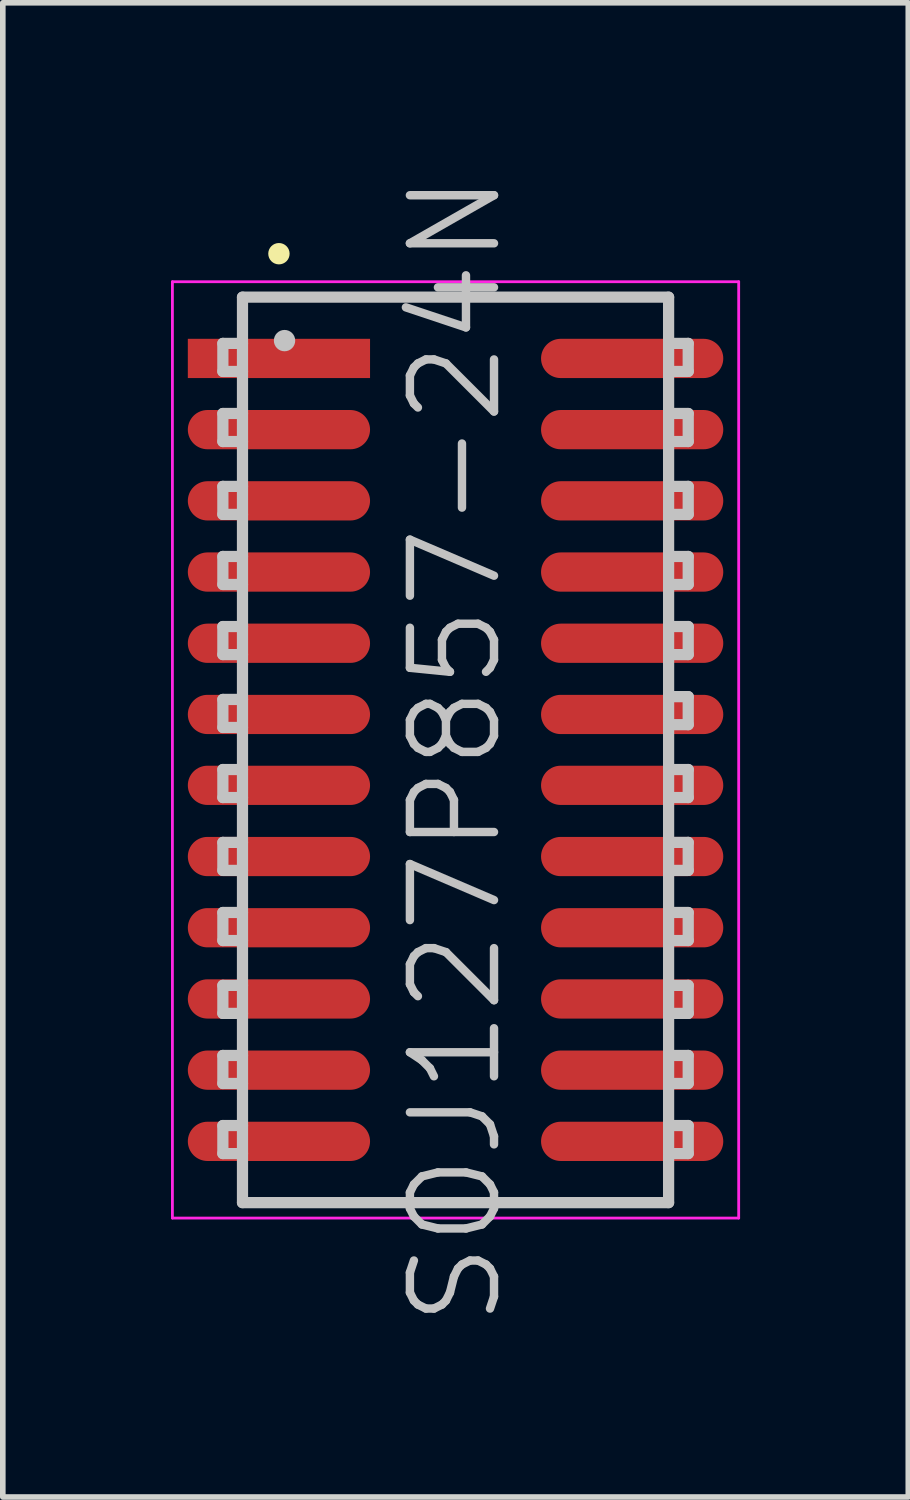
<source format=kicad_pcb>
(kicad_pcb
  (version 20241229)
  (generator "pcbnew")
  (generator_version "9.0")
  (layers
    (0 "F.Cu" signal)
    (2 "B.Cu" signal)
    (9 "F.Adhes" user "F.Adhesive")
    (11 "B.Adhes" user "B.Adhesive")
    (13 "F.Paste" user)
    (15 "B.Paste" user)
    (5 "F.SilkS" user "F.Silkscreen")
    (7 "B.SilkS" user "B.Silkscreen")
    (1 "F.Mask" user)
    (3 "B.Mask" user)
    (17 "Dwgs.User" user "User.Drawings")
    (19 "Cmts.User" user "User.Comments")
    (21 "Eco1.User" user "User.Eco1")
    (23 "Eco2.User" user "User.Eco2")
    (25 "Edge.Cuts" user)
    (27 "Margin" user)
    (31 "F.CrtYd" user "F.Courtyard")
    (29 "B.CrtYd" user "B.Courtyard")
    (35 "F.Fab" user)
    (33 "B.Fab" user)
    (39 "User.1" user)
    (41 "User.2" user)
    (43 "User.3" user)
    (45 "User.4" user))
  (footprint "SOJ127P857-24N"
    (layer "F.Cu")
    (at 5.075 10.325)
    (property "Reference" "SOJ127P857-24N" (at 0 0 90) (layer "Dwgs.User") (effects (font (size 1.5 1.5) (thickness 0.15))))
    (attr smd)
    (fp_line (start -3.15 -8.85) (end -3.15 -8.85) (stroke (width 0.381) (type solid)) (layer "F.SilkS"))
    (fp_line (start -4.15 -7.25) (end -4.15 -6.75) (stroke (width 0.2) (type solid)) (layer "Dwgs.User"))
    (fp_line (start -4.15 -6.75) (end -3.8 -6.75) (stroke (width 0.2) (type solid)) (layer "Dwgs.User"))
    (fp_line (start -4.15 -6) (end -4.15 -5.5) (stroke (width 0.2) (type solid)) (layer "Dwgs.User"))
    (fp_line (start -4.15 -5.5) (end -3.8 -5.5) (stroke (width 0.2) (type solid)) (layer "Dwgs.User"))
    (fp_line (start -4.15 -4.7) (end -4.15 -4.2) (stroke (width 0.2) (type solid)) (layer "Dwgs.User"))
    (fp_line (start -4.15 -4.2) (end -3.8 -4.2) (stroke (width 0.2) (type solid)) (layer "Dwgs.User"))
    (fp_line (start -4.15 -3.45) (end -4.15 -2.95) (stroke (width 0.2) (type solid)) (layer "Dwgs.User"))
    (fp_line (start -4.15 -2.95) (end -3.8 -2.95) (stroke (width 0.2) (type solid)) (layer "Dwgs.User"))
    (fp_line (start -4.15 -2.2) (end -4.15 -1.7) (stroke (width 0.2) (type solid)) (layer "Dwgs.User"))
    (fp_line (start -4.15 -1.7) (end -3.8 -1.7) (stroke (width 0.2) (type solid)) (layer "Dwgs.User"))
    (fp_line (start -4.15 -0.9) (end -4.15 -0.4) (stroke (width 0.2) (type solid)) (layer "Dwgs.User"))
    (fp_line (start -4.15 -0.4) (end -3.8 -0.4) (stroke (width 0.2) (type solid)) (layer "Dwgs.User"))
    (fp_line (start -4.15 0.35) (end -4.15 0.85) (stroke (width 0.2) (type solid)) (layer "Dwgs.User"))
    (fp_line (start -4.15 0.85) (end -3.8 0.85) (stroke (width 0.2) (type solid)) (layer "Dwgs.User"))
    (fp_line (start -4.15 1.65) (end -4.15 2.15) (stroke (width 0.2) (type solid)) (layer "Dwgs.User"))
    (fp_line (start -4.15 2.15) (end -3.8 2.15) (stroke (width 0.2) (type solid)) (layer "Dwgs.User"))
    (fp_line (start -4.15 2.9) (end -4.15 3.4) (stroke (width 0.2) (type solid)) (layer "Dwgs.User"))
    (fp_line (start -4.15 3.4) (end -3.8 3.4) (stroke (width 0.2) (type solid)) (layer "Dwgs.User"))
    (fp_line (start -4.15 4.2) (end -4.15 4.7) (stroke (width 0.2) (type solid)) (layer "Dwgs.User"))
    (fp_line (start -4.15 4.7) (end -3.8 4.7) (stroke (width 0.2) (type solid)) (layer "Dwgs.User"))
    (fp_line (start -4.15 5.45) (end -4.15 5.95) (stroke (width 0.2) (type solid)) (layer "Dwgs.User"))
    (fp_line (start -4.15 5.95) (end -3.8 5.95) (stroke (width 0.2) (type solid)) (layer "Dwgs.User"))
    (fp_line (start -4.15 6.7) (end -4.15 7.2) (stroke (width 0.2) (type solid)) (layer "Dwgs.User"))
    (fp_line (start -4.15 7.2) (end -3.8 7.2) (stroke (width 0.2) (type solid)) (layer "Dwgs.User"))
    (fp_line (start -3.8 -8.075) (end -3.8 8.075) (stroke (width 0.2) (type solid)) (layer "Dwgs.User"))
    (fp_line (start -3.8 -8.075) (end 3.8 -8.075) (stroke (width 0.2) (type solid)) (layer "Dwgs.User"))
    (fp_line (start -3.8 -7.25) (end -4.15 -7.25) (stroke (width 0.2) (type solid)) (layer "Dwgs.User"))
    (fp_line (start -3.8 -6) (end -4.15 -6) (stroke (width 0.2) (type solid)) (layer "Dwgs.User"))
    (fp_line (start -3.8 -4.7) (end -4.15 -4.7) (stroke (width 0.2) (type solid)) (layer "Dwgs.User"))
    (fp_line (start -3.8 -3.45) (end -4.15 -3.45) (stroke (width 0.2) (type solid)) (layer "Dwgs.User"))
    (fp_line (start -3.8 -2.2) (end -4.15 -2.2) (stroke (width 0.2) (type solid)) (layer "Dwgs.User"))
    (fp_line (start -3.8 -0.9) (end -4.15 -0.9) (stroke (width 0.2) (type solid)) (layer "Dwgs.User"))
    (fp_line (start -3.8 0.35) (end -4.15 0.35) (stroke (width 0.2) (type solid)) (layer "Dwgs.User"))
    (fp_line (start -3.8 1.65) (end -4.15 1.65) (stroke (width 0.2) (type solid)) (layer "Dwgs.User"))
    (fp_line (start -3.8 2.9) (end -4.15 2.9) (stroke (width 0.2) (type solid)) (layer "Dwgs.User"))
    (fp_line (start -3.8 4.2) (end -4.15 4.2) (stroke (width 0.2) (type solid)) (layer "Dwgs.User"))
    (fp_line (start -3.8 5.45) (end -4.15 5.45) (stroke (width 0.2) (type solid)) (layer "Dwgs.User"))
    (fp_line (start -3.8 6.7) (end -4.15 6.7) (stroke (width 0.2) (type solid)) (layer "Dwgs.User"))
    (fp_line (start -3.8 8.075) (end 3.8 8.075) (stroke (width 0.2) (type solid)) (layer "Dwgs.User"))
    (fp_line (start -3.05 -7.3) (end -3.05 -7.3) (stroke (width 0.381) (type solid)) (layer "Dwgs.User"))
    (fp_line (start 3.8 -8.075) (end 3.8 8.075) (stroke (width 0.2) (type solid)) (layer "Dwgs.User"))
    (fp_line (start 3.8 -7.25) (end 4.15 -7.25) (stroke (width 0.2) (type solid)) (layer "Dwgs.User"))
    (fp_line (start 3.8 -6) (end 4.15 -6) (stroke (width 0.2) (type solid)) (layer "Dwgs.User"))
    (fp_line (start 3.8 -4.7) (end 4.15 -4.7) (stroke (width 0.2) (type solid)) (layer "Dwgs.User"))
    (fp_line (start 3.8 -3.45) (end 4.15 -3.45) (stroke (width 0.2) (type solid)) (layer "Dwgs.User"))
    (fp_line (start 3.8 -2.2) (end 4.15 -2.2) (stroke (width 0.2) (type solid)) (layer "Dwgs.User"))
    (fp_line (start 3.8 -0.95) (end 4.15 -0.95) (stroke (width 0.2) (type solid)) (layer "Dwgs.User"))
    (fp_line (start 3.8 0.35) (end 4.15 0.35) (stroke (width 0.2) (type solid)) (layer "Dwgs.User"))
    (fp_line (start 3.8 1.65) (end 4.15 1.65) (stroke (width 0.2) (type solid)) (layer "Dwgs.User"))
    (fp_line (start 3.8 2.9) (end 4.15 2.9) (stroke (width 0.2) (type solid)) (layer "Dwgs.User"))
    (fp_line (start 3.8 4.2) (end 4.15 4.2) (stroke (width 0.2) (type solid)) (layer "Dwgs.User"))
    (fp_line (start 3.8 5.45) (end 4.15 5.45) (stroke (width 0.2) (type solid)) (layer "Dwgs.User"))
    (fp_line (start 3.8 6.7) (end 4.15 6.7) (stroke (width 0.2) (type solid)) (layer "Dwgs.User"))
    (fp_line (start 4.15 -7.25) (end 4.15 -6.75) (stroke (width 0.2) (type solid)) (layer "Dwgs.User"))
    (fp_line (start 4.15 -6.75) (end 3.8 -6.75) (stroke (width 0.2) (type solid)) (layer "Dwgs.User"))
    (fp_line (start 4.15 -6) (end 4.15 -5.5) (stroke (width 0.2) (type solid)) (layer "Dwgs.User"))
    (fp_line (start 4.15 -5.5) (end 3.8 -5.5) (stroke (width 0.2) (type solid)) (layer "Dwgs.User"))
    (fp_line (start 4.15 -4.7) (end 4.15 -4.2) (stroke (width 0.2) (type solid)) (layer "Dwgs.User"))
    (fp_line (start 4.15 -4.2) (end 3.8 -4.2) (stroke (width 0.2) (type solid)) (layer "Dwgs.User"))
    (fp_line (start 4.15 -3.45) (end 4.15 -2.95) (stroke (width 0.2) (type solid)) (layer "Dwgs.User"))
    (fp_line (start 4.15 -2.95) (end 3.8 -2.95) (stroke (width 0.2) (type solid)) (layer "Dwgs.User"))
    (fp_line (start 4.15 -2.2) (end 4.15 -1.7) (stroke (width 0.2) (type solid)) (layer "Dwgs.User"))
    (fp_line (start 4.15 -1.7) (end 3.8 -1.7) (stroke (width 0.2) (type solid)) (layer "Dwgs.User"))
    (fp_line (start 4.15 -0.95) (end 4.15 -0.45) (stroke (width 0.2) (type solid)) (layer "Dwgs.User"))
    (fp_line (start 4.15 -0.45) (end 3.8 -0.45) (stroke (width 0.2) (type solid)) (layer "Dwgs.User"))
    (fp_line (start 4.15 0.35) (end 4.15 0.85) (stroke (width 0.2) (type solid)) (layer "Dwgs.User"))
    (fp_line (start 4.15 0.85) (end 3.8 0.85) (stroke (width 0.2) (type solid)) (layer "Dwgs.User"))
    (fp_line (start 4.15 1.65) (end 4.15 2.15) (stroke (width 0.2) (type solid)) (layer "Dwgs.User"))
    (fp_line (start 4.15 2.15) (end 3.8 2.15) (stroke (width 0.2) (type solid)) (layer "Dwgs.User"))
    (fp_line (start 4.15 2.9) (end 4.15 3.4) (stroke (width 0.2) (type solid)) (layer "Dwgs.User"))
    (fp_line (start 4.15 3.4) (end 3.8 3.4) (stroke (width 0.2) (type solid)) (layer "Dwgs.User"))
    (fp_line (start 4.15 4.2) (end 4.15 4.7) (stroke (width 0.2) (type solid)) (layer "Dwgs.User"))
    (fp_line (start 4.15 4.7) (end 3.8 4.7) (stroke (width 0.2) (type solid)) (layer "Dwgs.User"))
    (fp_line (start 4.15 5.45) (end 4.15 5.95) (stroke (width 0.2) (type solid)) (layer "Dwgs.User"))
    (fp_line (start 4.15 5.95) (end 3.8 5.95) (stroke (width 0.2) (type solid)) (layer "Dwgs.User"))
    (fp_line (start 4.15 6.7) (end 4.15 7.2) (stroke (width 0.2) (type solid)) (layer "Dwgs.User"))
    (fp_line (start 4.15 7.2) (end 3.8 7.2) (stroke (width 0.2) (type solid)) (layer "Dwgs.User"))
    (fp_line (start -5.05 -8.35) (end -5.05 8.35) (stroke (width 0.05) (type solid)) (layer "F.CrtYd"))
    (fp_line (start -5.05 -8.35) (end 5.05 -8.35) (stroke (width 0.05) (type solid)) (layer "F.CrtYd"))
    (fp_line (start -5.05 8.35) (end 5.05 8.35) (stroke (width 0.05) (type solid)) (layer "F.CrtYd"))
    (fp_line (start 5.05 -8.35) (end 5.05 8.35) (stroke (width 0.05) (type solid)) (layer "F.CrtYd"))
    (pad "1" smd rect (at -3.15 -6.982 90) (size 0.7 3.25) (layers "F.Cu" "F.Mask" "F.Paste"))
    (pad "2" smd oval (at -3.15 -5.712 90) (size 0.7 3.25) (layers "F.Cu" "F.Mask" "F.Paste"))
    (pad "3" smd oval (at -3.15 -4.442 90) (size 0.7 3.25) (layers "F.Cu" "F.Mask" "F.Paste"))
    (pad "4" smd oval (at -3.15 -3.172 90) (size 0.7 3.25) (layers "F.Cu" "F.Mask" "F.Paste"))
    (pad "5" smd oval (at -3.15 -1.902 90) (size 0.7 3.25) (layers "F.Cu" "F.Mask" "F.Paste"))
    (pad "6" smd oval (at -3.15 -0.632 90) (size 0.7 3.25) (layers "F.Cu" "F.Mask" "F.Paste"))
    (pad "7" smd oval (at -3.15 0.632 90) (size 0.7 3.25) (layers "F.Cu" "F.Mask" "F.Paste"))
    (pad "8" smd oval (at -3.15 1.902 90) (size 0.7 3.25) (layers "F.Cu" "F.Mask" "F.Paste"))
    (pad "9" smd oval (at -3.15 3.172 90) (size 0.7 3.25) (layers "F.Cu" "F.Mask" "F.Paste"))
    (pad "10" smd oval (at -3.15 4.442 90) (size 0.7 3.25) (layers "F.Cu" "F.Mask" "F.Paste"))
    (pad "11" smd oval (at -3.15 5.712 90) (size 0.7 3.25) (layers "F.Cu" "F.Mask" "F.Paste"))
    (pad "12" smd oval (at -3.15 6.982 90) (size 0.7 3.25) (layers "F.Cu" "F.Mask" "F.Paste"))
    (pad "13" smd oval (at 3.15 6.982 270) (size 0.7 3.25) (layers "F.Cu" "F.Mask" "F.Paste"))
    (pad "14" smd oval (at 3.15 5.712 270) (size 0.7 3.25) (layers "F.Cu" "F.Mask" "F.Paste"))
    (pad "15" smd oval (at 3.15 4.442 270) (size 0.7 3.25) (layers "F.Cu" "F.Mask" "F.Paste"))
    (pad "16" smd oval (at 3.15 3.172 270) (size 0.7 3.25) (layers "F.Cu" "F.Mask" "F.Paste"))
    (pad "17" smd oval (at 3.15 1.902 270) (size 0.7 3.25) (layers "F.Cu" "F.Mask" "F.Paste"))
    (pad "18" smd oval (at 3.15 0.632 270) (size 0.7 3.25) (layers "F.Cu" "F.Mask" "F.Paste"))
    (pad "19" smd oval (at 3.15 -0.632 270) (size 0.7 3.25) (layers "F.Cu" "F.Mask" "F.Paste"))
    (pad "20" smd oval (at 3.15 -1.902 270) (size 0.7 3.25) (layers "F.Cu" "F.Mask" "F.Paste"))
    (pad "21" smd oval (at 3.15 -3.172 270) (size 0.7 3.25) (layers "F.Cu" "F.Mask" "F.Paste"))
    (pad "22" smd oval (at 3.15 -4.442 270) (size 0.7 3.25) (layers "F.Cu" "F.Mask" "F.Paste"))
    (pad "23" smd oval (at 3.15 -5.712 270) (size 0.7 3.25) (layers "F.Cu" "F.Mask" "F.Paste"))
    (pad "24" smd oval (at 3.15 -6.982 270) (size 0.7 3.25) (layers "F.Cu" "F.Mask" "F.Paste")))
  (gr_rect
    (start -3 -3)
    (end 13.15 23.65)
    (stroke (width 0.1) (type default))
    (fill no)
    (layer "Edge.Cuts")))
</source>
